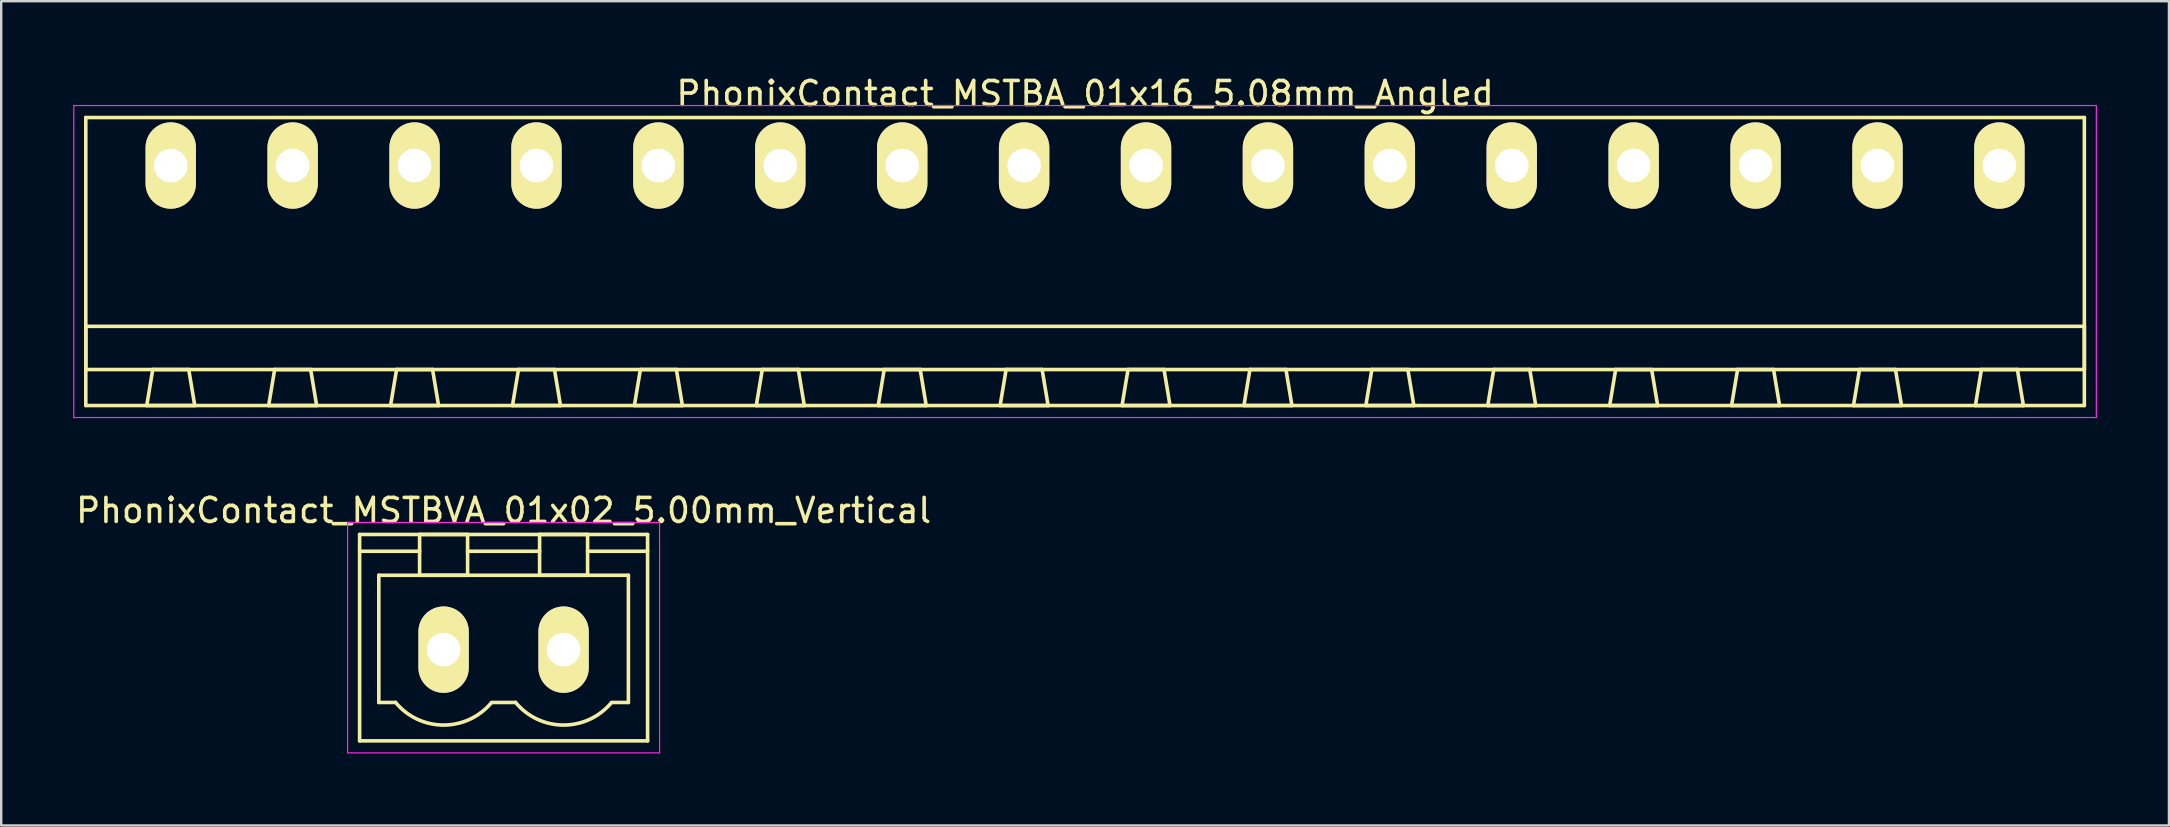
<source format=kicad_pcb>
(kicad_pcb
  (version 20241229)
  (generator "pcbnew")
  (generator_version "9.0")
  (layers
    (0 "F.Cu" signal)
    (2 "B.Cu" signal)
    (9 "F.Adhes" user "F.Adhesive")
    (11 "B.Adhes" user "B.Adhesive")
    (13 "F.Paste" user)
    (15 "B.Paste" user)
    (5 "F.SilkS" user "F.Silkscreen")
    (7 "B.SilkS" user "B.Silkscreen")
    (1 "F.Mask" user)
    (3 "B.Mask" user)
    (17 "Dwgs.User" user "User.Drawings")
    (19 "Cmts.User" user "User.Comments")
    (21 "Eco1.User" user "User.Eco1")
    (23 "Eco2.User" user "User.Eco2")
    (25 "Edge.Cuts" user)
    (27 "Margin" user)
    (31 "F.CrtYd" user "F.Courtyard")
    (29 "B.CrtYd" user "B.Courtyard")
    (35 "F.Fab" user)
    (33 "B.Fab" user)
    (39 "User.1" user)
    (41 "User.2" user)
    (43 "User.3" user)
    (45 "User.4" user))
  (footprint "PhonixContact_MSTBVA_01x02_5.00mm_Vertical"
    (layer "F.Cu")
    (at 15.435 24.021)
    (property "Reference" "PhonixContact_MSTBVA_01x02_5.00mm_Vertical" (at 2.5 -5.8 0) (layer "F.SilkS") (effects (font (size 1 1) (thickness 0.15))))
    (attr through_hole)
    (fp_line (start -3.5 -4.8) (end -3.5 3.8) (stroke (width 0.15) (type solid)) (layer "F.SilkS"))
    (fp_line (start -3.5 -4.1) (end -1 -4.1) (stroke (width 0.15) (type solid)) (layer "F.SilkS"))
    (fp_line (start -3.5 3.8) (end 8.5 3.8) (stroke (width 0.15) (type solid)) (layer "F.SilkS"))
    (fp_line (start -2.7 -3.1) (end 7.7 -3.1) (stroke (width 0.15) (type solid)) (layer "F.SilkS"))
    (fp_line (start -2.7 2.2) (end -2.7 -3.1) (stroke (width 0.15) (type solid)) (layer "F.SilkS"))
    (fp_line (start -2 2.2) (end -2.7 2.2) (stroke (width 0.15) (type solid)) (layer "F.SilkS"))
    (fp_line (start -1 -4.8) (end 1 -4.8) (stroke (width 0.15) (type solid)) (layer "F.SilkS"))
    (fp_line (start -1 -3.1) (end -1 -4.8) (stroke (width 0.15) (type solid)) (layer "F.SilkS"))
    (fp_line (start 1 -4.8) (end 1 -3.1) (stroke (width 0.15) (type solid)) (layer "F.SilkS"))
    (fp_line (start 1 -4.1) (end 4 -4.1) (stroke (width 0.15) (type solid)) (layer "F.SilkS"))
    (fp_line (start 1 -3.1) (end -1 -3.1) (stroke (width 0.15) (type solid)) (layer "F.SilkS"))
    (fp_line (start 2 2.2) (end 3 2.2) (stroke (width 0.15) (type solid)) (layer "F.SilkS"))
    (fp_line (start 4 -4.8) (end 6 -4.8) (stroke (width 0.15) (type solid)) (layer "F.SilkS"))
    (fp_line (start 4 -3.1) (end 4 -4.8) (stroke (width 0.15) (type solid)) (layer "F.SilkS"))
    (fp_line (start 6 -4.8) (end 6 -3.1) (stroke (width 0.15) (type solid)) (layer "F.SilkS"))
    (fp_line (start 6 -3.1) (end 4 -3.1) (stroke (width 0.15) (type solid)) (layer "F.SilkS"))
    (fp_line (start 7.7 -3.1) (end 7.7 2.2) (stroke (width 0.15) (type solid)) (layer "F.SilkS"))
    (fp_line (start 7.7 2.2) (end 7 2.2) (stroke (width 0.15) (type solid)) (layer "F.SilkS"))
    (fp_line (start 8.5 -4.8) (end -3.5 -4.8) (stroke (width 0.15) (type solid)) (layer "F.SilkS"))
    (fp_line (start 8.5 -4.1) (end 6 -4.1) (stroke (width 0.15) (type solid)) (layer "F.SilkS"))
    (fp_line (start 8.5 3.8) (end 8.5 -4.8) (stroke (width 0.15) (type solid)) (layer "F.SilkS"))
    (fp_arc (start 1.986842 2.215821) (mid -0.010289 3.142758) (end -2 2.2) (stroke (width 0.15) (type solid)) (layer "F.SilkS"))
    (fp_arc (start 6.986842 2.215821) (mid 4.989711 3.142758) (end 3 2.2) (stroke (width 0.15) (type solid)) (layer "F.SilkS"))
    (fp_line (start -4 -5.3) (end -4 4.3) (stroke (width 0.05) (type solid)) (layer "F.CrtYd"))
    (fp_line (start -4 4.3) (end 9 4.3) (stroke (width 0.05) (type solid)) (layer "F.CrtYd"))
    (fp_line (start 9 -5.3) (end -4 -5.3) (stroke (width 0.05) (type solid)) (layer "F.CrtYd"))
    (fp_line (start 9 4.3) (end 9 -5.3) (stroke (width 0.05) (type solid)) (layer "F.CrtYd"))
    (pad "1" thru_hole oval (at 0 0) (size 2.1 3.6) (drill 1.4) (layers "*.Cu" "*.Mask" "F.SilkS"))
    (pad "2" thru_hole oval (at 5 0) (size 2.1 3.6) (drill 1.4) (layers "*.Cu" "*.Mask" "F.SilkS")))
  (footprint "PhonixContact_MSTBA_01x16_5.08mm_Angled"
    (layer "F.Cu")
    (at 4.065 3.848)
    (property "Reference" "PhonixContact_MSTBA_01x16_5.08mm_Angled" (at 38.1 -3 0) (layer "F.SilkS") (effects (font (size 1 1) (thickness 0.15))))
    (attr through_hole)
    (fp_line (start -3.54 -2) (end -3.54 10) (stroke (width 0.15) (type solid)) (layer "F.SilkS"))
    (fp_line (start -3.54 6.7) (end 79.74 6.7) (stroke (width 0.15) (type solid)) (layer "F.SilkS"))
    (fp_line (start -3.54 8.5) (end -3.54 6.7) (stroke (width 0.15) (type solid)) (layer "F.SilkS"))
    (fp_line (start -3.54 10) (end 79.74 10) (stroke (width 0.15) (type solid)) (layer "F.SilkS"))
    (fp_line (start -1 10) (end 1 10) (stroke (width 0.15) (type solid)) (layer "F.SilkS"))
    (fp_line (start -0.75 8.5) (end -1 10) (stroke (width 0.15) (type solid)) (layer "F.SilkS"))
    (fp_line (start 0.75 8.5) (end -0.75 8.5) (stroke (width 0.15) (type solid)) (layer "F.SilkS"))
    (fp_line (start 1 10) (end 0.75 8.5) (stroke (width 0.15) (type solid)) (layer "F.SilkS"))
    (fp_line (start 4.08 10) (end 6.08 10) (stroke (width 0.15) (type solid)) (layer "F.SilkS"))
    (fp_line (start 4.33 8.5) (end 4.08 10) (stroke (width 0.15) (type solid)) (layer "F.SilkS"))
    (fp_line (start 5.83 8.5) (end 4.33 8.5) (stroke (width 0.15) (type solid)) (layer "F.SilkS"))
    (fp_line (start 6.08 10) (end 5.83 8.5) (stroke (width 0.15) (type solid)) (layer "F.SilkS"))
    (fp_line (start 9.16 10) (end 11.16 10) (stroke (width 0.15) (type solid)) (layer "F.SilkS"))
    (fp_line (start 9.41 8.5) (end 9.16 10) (stroke (width 0.15) (type solid)) (layer "F.SilkS"))
    (fp_line (start 10.91 8.5) (end 9.41 8.5) (stroke (width 0.15) (type solid)) (layer "F.SilkS"))
    (fp_line (start 11.16 10) (end 10.91 8.5) (stroke (width 0.15) (type solid)) (layer "F.SilkS"))
    (fp_line (start 14.24 10) (end 16.24 10) (stroke (width 0.15) (type solid)) (layer "F.SilkS"))
    (fp_line (start 14.49 8.5) (end 14.24 10) (stroke (width 0.15) (type solid)) (layer "F.SilkS"))
    (fp_line (start 15.99 8.5) (end 14.49 8.5) (stroke (width 0.15) (type solid)) (layer "F.SilkS"))
    (fp_line (start 16.24 10) (end 15.99 8.5) (stroke (width 0.15) (type solid)) (layer "F.SilkS"))
    (fp_line (start 19.32 10) (end 21.32 10) (stroke (width 0.15) (type solid)) (layer "F.SilkS"))
    (fp_line (start 19.57 8.5) (end 19.32 10) (stroke (width 0.15) (type solid)) (layer "F.SilkS"))
    (fp_line (start 21.07 8.5) (end 19.57 8.5) (stroke (width 0.15) (type solid)) (layer "F.SilkS"))
    (fp_line (start 21.32 10) (end 21.07 8.5) (stroke (width 0.15) (type solid)) (layer "F.SilkS"))
    (fp_line (start 24.4 10) (end 26.4 10) (stroke (width 0.15) (type solid)) (layer "F.SilkS"))
    (fp_line (start 24.65 8.5) (end 24.4 10) (stroke (width 0.15) (type solid)) (layer "F.SilkS"))
    (fp_line (start 26.15 8.5) (end 24.65 8.5) (stroke (width 0.15) (type solid)) (layer "F.SilkS"))
    (fp_line (start 26.4 10) (end 26.15 8.5) (stroke (width 0.15) (type solid)) (layer "F.SilkS"))
    (fp_line (start 29.48 10) (end 31.48 10) (stroke (width 0.15) (type solid)) (layer "F.SilkS"))
    (fp_line (start 29.73 8.5) (end 29.48 10) (stroke (width 0.15) (type solid)) (layer "F.SilkS"))
    (fp_line (start 31.23 8.5) (end 29.73 8.5) (stroke (width 0.15) (type solid)) (layer "F.SilkS"))
    (fp_line (start 31.48 10) (end 31.23 8.5) (stroke (width 0.15) (type solid)) (layer "F.SilkS"))
    (fp_line (start 34.56 10) (end 36.56 10) (stroke (width 0.15) (type solid)) (layer "F.SilkS"))
    (fp_line (start 34.81 8.5) (end 34.56 10) (stroke (width 0.15) (type solid)) (layer "F.SilkS"))
    (fp_line (start 36.31 8.5) (end 34.81 8.5) (stroke (width 0.15) (type solid)) (layer "F.SilkS"))
    (fp_line (start 36.56 10) (end 36.31 8.5) (stroke (width 0.15) (type solid)) (layer "F.SilkS"))
    (fp_line (start 39.64 10) (end 41.64 10) (stroke (width 0.15) (type solid)) (layer "F.SilkS"))
    (fp_line (start 39.89 8.5) (end 39.64 10) (stroke (width 0.15) (type solid)) (layer "F.SilkS"))
    (fp_line (start 41.39 8.5) (end 39.89 8.5) (stroke (width 0.15) (type solid)) (layer "F.SilkS"))
    (fp_line (start 41.64 10) (end 41.39 8.5) (stroke (width 0.15) (type solid)) (layer "F.SilkS"))
    (fp_line (start 44.72 10) (end 46.72 10) (stroke (width 0.15) (type solid)) (layer "F.SilkS"))
    (fp_line (start 44.97 8.5) (end 44.72 10) (stroke (width 0.15) (type solid)) (layer "F.SilkS"))
    (fp_line (start 46.47 8.5) (end 44.97 8.5) (stroke (width 0.15) (type solid)) (layer "F.SilkS"))
    (fp_line (start 46.72 10) (end 46.47 8.5) (stroke (width 0.15) (type solid)) (layer "F.SilkS"))
    (fp_line (start 49.8 10) (end 51.8 10) (stroke (width 0.15) (type solid)) (layer "F.SilkS"))
    (fp_line (start 50.05 8.5) (end 49.8 10) (stroke (width 0.15) (type solid)) (layer "F.SilkS"))
    (fp_line (start 51.55 8.5) (end 50.05 8.5) (stroke (width 0.15) (type solid)) (layer "F.SilkS"))
    (fp_line (start 51.8 10) (end 51.55 8.5) (stroke (width 0.15) (type solid)) (layer "F.SilkS"))
    (fp_line (start 54.88 10) (end 56.88 10) (stroke (width 0.15) (type solid)) (layer "F.SilkS"))
    (fp_line (start 55.13 8.5) (end 54.88 10) (stroke (width 0.15) (type solid)) (layer "F.SilkS"))
    (fp_line (start 56.63 8.5) (end 55.13 8.5) (stroke (width 0.15) (type solid)) (layer "F.SilkS"))
    (fp_line (start 56.88 10) (end 56.63 8.5) (stroke (width 0.15) (type solid)) (layer "F.SilkS"))
    (fp_line (start 59.96 10) (end 61.96 10) (stroke (width 0.15) (type solid)) (layer "F.SilkS"))
    (fp_line (start 60.21 8.5) (end 59.96 10) (stroke (width 0.15) (type solid)) (layer "F.SilkS"))
    (fp_line (start 61.71 8.5) (end 60.21 8.5) (stroke (width 0.15) (type solid)) (layer "F.SilkS"))
    (fp_line (start 61.96 10) (end 61.71 8.5) (stroke (width 0.15) (type solid)) (layer "F.SilkS"))
    (fp_line (start 65.04 10) (end 67.04 10) (stroke (width 0.15) (type solid)) (layer "F.SilkS"))
    (fp_line (start 65.29 8.5) (end 65.04 10) (stroke (width 0.15) (type solid)) (layer "F.SilkS"))
    (fp_line (start 66.79 8.5) (end 65.29 8.5) (stroke (width 0.15) (type solid)) (layer "F.SilkS"))
    (fp_line (start 67.04 10) (end 66.79 8.5) (stroke (width 0.15) (type solid)) (layer "F.SilkS"))
    (fp_line (start 70.12 10) (end 72.12 10) (stroke (width 0.15) (type solid)) (layer "F.SilkS"))
    (fp_line (start 70.37 8.5) (end 70.12 10) (stroke (width 0.15) (type solid)) (layer "F.SilkS"))
    (fp_line (start 71.87 8.5) (end 70.37 8.5) (stroke (width 0.15) (type solid)) (layer "F.SilkS"))
    (fp_line (start 72.12 10) (end 71.87 8.5) (stroke (width 0.15) (type solid)) (layer "F.SilkS"))
    (fp_line (start 75.2 10) (end 77.2 10) (stroke (width 0.15) (type solid)) (layer "F.SilkS"))
    (fp_line (start 75.45 8.5) (end 75.2 10) (stroke (width 0.15) (type solid)) (layer "F.SilkS"))
    (fp_line (start 76.95 8.5) (end 75.45 8.5) (stroke (width 0.15) (type solid)) (layer "F.SilkS"))
    (fp_line (start 77.2 10) (end 76.95 8.5) (stroke (width 0.15) (type solid)) (layer "F.SilkS"))
    (fp_line (start 79.74 -2) (end -3.54 -2) (stroke (width 0.15) (type solid)) (layer "F.SilkS"))
    (fp_line (start 79.74 6.7) (end 79.74 8.5) (stroke (width 0.15) (type solid)) (layer "F.SilkS"))
    (fp_line (start 79.74 8.5) (end -3.54 8.5) (stroke (width 0.15) (type solid)) (layer "F.SilkS"))
    (fp_line (start 79.74 10) (end 79.74 -2) (stroke (width 0.15) (type solid)) (layer "F.SilkS"))
    (fp_line (start -4.04 -2.5) (end -4.04 10.5) (stroke (width 0.05) (type solid)) (layer "F.CrtYd"))
    (fp_line (start -4.04 10.5) (end 80.24 10.5) (stroke (width 0.05) (type solid)) (layer "F.CrtYd"))
    (fp_line (start 80.24 -2.5) (end -4.04 -2.5) (stroke (width 0.05) (type solid)) (layer "F.CrtYd"))
    (fp_line (start 80.24 10.5) (end 80.24 -2.5) (stroke (width 0.05) (type solid)) (layer "F.CrtYd"))
    (pad "1" thru_hole oval (at 0 0) (size 2.1 3.6) (drill 1.4) (layers "*.Cu" "*.Mask" "F.SilkS"))
    (pad "2" thru_hole oval (at 5.08 0) (size 2.1 3.6) (drill 1.4) (layers "*.Cu" "*.Mask" "F.SilkS"))
    (pad "3" thru_hole oval (at 10.16 0) (size 2.1 3.6) (drill 1.4) (layers "*.Cu" "*.Mask" "F.SilkS"))
    (pad "4" thru_hole oval (at 15.24 0) (size 2.1 3.6) (drill 1.4) (layers "*.Cu" "*.Mask" "F.SilkS"))
    (pad "5" thru_hole oval (at 20.32 0) (size 2.1 3.6) (drill 1.4) (layers "*.Cu" "*.Mask" "F.SilkS"))
    (pad "6" thru_hole oval (at 25.4 0) (size 2.1 3.6) (drill 1.4) (layers "*.Cu" "*.Mask" "F.SilkS"))
    (pad "7" thru_hole oval (at 30.48 0) (size 2.1 3.6) (drill 1.4) (layers "*.Cu" "*.Mask" "F.SilkS"))
    (pad "8" thru_hole oval (at 35.56 0) (size 2.1 3.6) (drill 1.4) (layers "*.Cu" "*.Mask" "F.SilkS"))
    (pad "9" thru_hole oval (at 40.64 0) (size 2.1 3.6) (drill 1.4) (layers "*.Cu" "*.Mask" "F.SilkS"))
    (pad "10" thru_hole oval (at 45.72 0) (size 2.1 3.6) (drill 1.4) (layers "*.Cu" "*.Mask" "F.SilkS"))
    (pad "11" thru_hole oval (at 50.8 0) (size 2.1 3.6) (drill 1.4) (layers "*.Cu" "*.Mask" "F.SilkS"))
    (pad "12" thru_hole oval (at 55.88 0) (size 2.1 3.6) (drill 1.4) (layers "*.Cu" "*.Mask" "F.SilkS"))
    (pad "13" thru_hole oval (at 60.96 0) (size 2.1 3.6) (drill 1.4) (layers "*.Cu" "*.Mask" "F.SilkS"))
    (pad "14" thru_hole oval (at 66.04 0) (size 2.1 3.6) (drill 1.4) (layers "*.Cu" "*.Mask" "F.SilkS"))
    (pad "15" thru_hole oval (at 71.12 0) (size 2.1 3.6) (drill 1.4) (layers "*.Cu" "*.Mask" "F.SilkS"))
    (pad "16" thru_hole oval (at 76.2 0) (size 2.1 3.6) (drill 1.4) (layers "*.Cu" "*.Mask" "F.SilkS")))
  (gr_rect
    (start -3 -3)
    (end 87.33 31.346)
    (stroke (width 0.1) (type default))
    (fill no)
    (layer "Edge.Cuts")))
</source>
